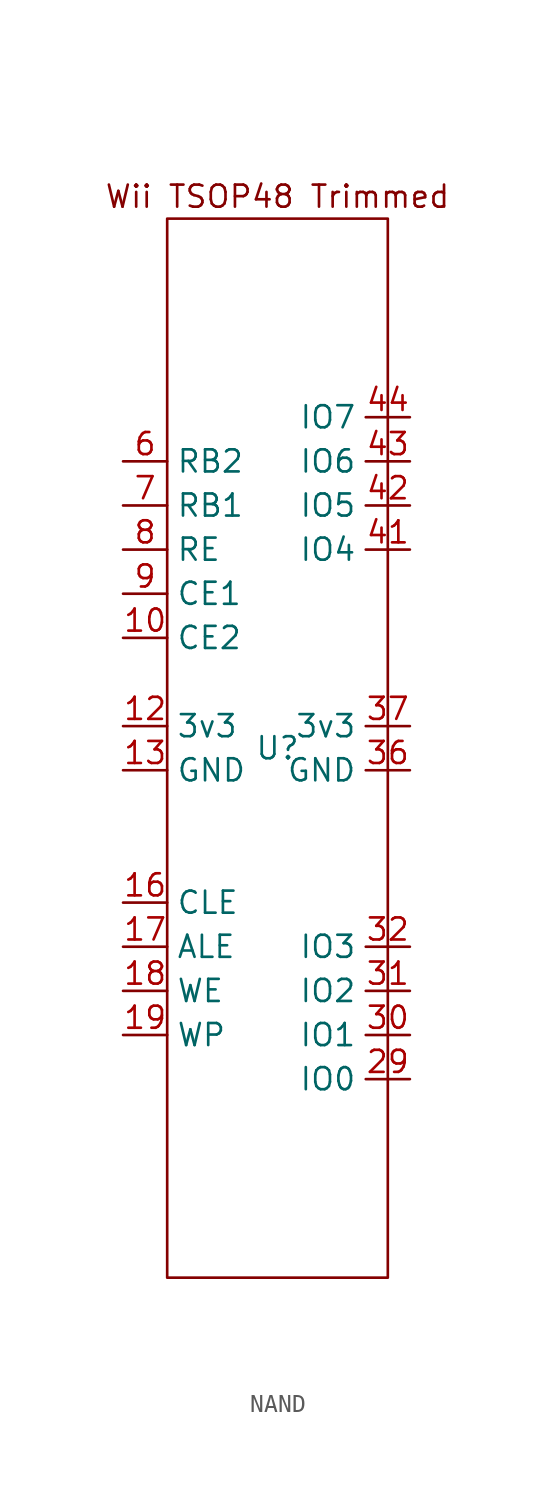
<source format=kicad_sym>
(kicad_symbol_lib
  (version 20231120)
  (generator "kicad_symbol_editor")
  (generator_version "8.0")
  (symbol "NAND"
    (property "Reference" "U"
      (at 0 0 0)
      (effects (font (size 1.27 1.27))))
    (property "Value" ""
      (at 0 0 0)
      (effects (font (size 1.27 1.27))))
    (symbol "NAND_0_1"
      (rectangle (start -6.35 30.48) (end 6.35 -30.48) (stroke (width 0) (type default)) (fill (type none))))
    (symbol "NAND_1_1"
      (text "Wii TSOP48 Trimmed" (at 0 31.75 0) (effects (font (size 1.27 1.27))))
      (pin bidirectional line (at -8.89 6.35 0) (length 2.54) (name "CE2" (effects (font (size 1.27 1.27)))) (number "10" (effects (font (size 1.27 1.27)))))
      (pin power_in line (at -8.89 1.27 0) (length 2.54) (name "3v3" (effects (font (size 1.27 1.27)))) (number "12" (effects (font (size 1.27 1.27)))))
      (pin power_in line (at -8.89 -1.27 0) (length 2.54) (name "GND" (effects (font (size 1.27 1.27)))) (number "13" (effects (font (size 1.27 1.27)))))
      (pin bidirectional line (at -8.89 -8.89 0) (length 2.54) (name "CLE" (effects (font (size 1.27 1.27)))) (number "16" (effects (font (size 1.27 1.27)))))
      (pin bidirectional line (at -8.89 -11.43 0) (length 2.54) (name "ALE" (effects (font (size 1.27 1.27)))) (number "17" (effects (font (size 1.27 1.27)))))
      (pin bidirectional line (at -8.89 -13.97 0) (length 2.54) (name "WE" (effects (font (size 1.27 1.27)))) (number "18" (effects (font (size 1.27 1.27)))))
      (pin bidirectional line (at -8.89 -16.51 0) (length 2.54) (name "WP" (effects (font (size 1.27 1.27)))) (number "19" (effects (font (size 1.27 1.27)))))
      (pin bidirectional line (at 7.62 -19.05 180) (length 2.54) (name "IO0" (effects (font (size 1.27 1.27)))) (number "29" (effects (font (size 1.27 1.27)))))
      (pin bidirectional line (at 7.62 -16.51 180) (length 2.54) (name "IO1" (effects (font (size 1.27 1.27)))) (number "30" (effects (font (size 1.27 1.27)))))
      (pin bidirectional line (at 7.62 -13.97 180) (length 2.54) (name "IO2" (effects (font (size 1.27 1.27)))) (number "31" (effects (font (size 1.27 1.27)))))
      (pin bidirectional line (at 7.62 -11.43 180) (length 2.54) (name "IO3" (effects (font (size 1.27 1.27)))) (number "32" (effects (font (size 1.27 1.27)))))
      (pin power_in line (at 7.62 -1.27 180) (length 2.54) (name "GND" (effects (font (size 1.27 1.27)))) (number "36" (effects (font (size 1.27 1.27)))))
      (pin power_in line (at 7.62 1.27 180) (length 2.54) (name "3v3" (effects (font (size 1.27 1.27)))) (number "37" (effects (font (size 1.27 1.27)))))
      (pin bidirectional line (at 7.62 11.43 180) (length 2.54) (name "IO4" (effects (font (size 1.27 1.27)))) (number "41" (effects (font (size 1.27 1.27)))))
      (pin bidirectional line (at 7.62 13.97 180) (length 2.54) (name "IO5" (effects (font (size 1.27 1.27)))) (number "42" (effects (font (size 1.27 1.27)))))
      (pin bidirectional line (at 7.62 16.51 180) (length 2.54) (name "IO6" (effects (font (size 1.27 1.27)))) (number "43" (effects (font (size 1.27 1.27)))))
      (pin bidirectional line (at 7.62 19.05 180) (length 2.54) (name "IO7" (effects (font (size 1.27 1.27)))) (number "44" (effects (font (size 1.27 1.27)))))
      (pin bidirectional line (at -8.89 16.51 0) (length 2.54) (name "RB2" (effects (font (size 1.27 1.27)))) (number "6" (effects (font (size 1.27 1.27)))))
      (pin bidirectional line (at -8.89 13.97 0) (length 2.54) (name "RB1" (effects (font (size 1.27 1.27)))) (number "7" (effects (font (size 1.27 1.27)))))
      (pin bidirectional line (at -8.89 11.43 0) (length 2.54) (name "RE" (effects (font (size 1.27 1.27)))) (number "8" (effects (font (size 1.27 1.27)))))
      (pin bidirectional line (at -8.89 8.89 0) (length 2.54) (name "CE1" (effects (font (size 1.27 1.27)))) (number "9" (effects (font (size 1.27 1.27))))))))
</source>
